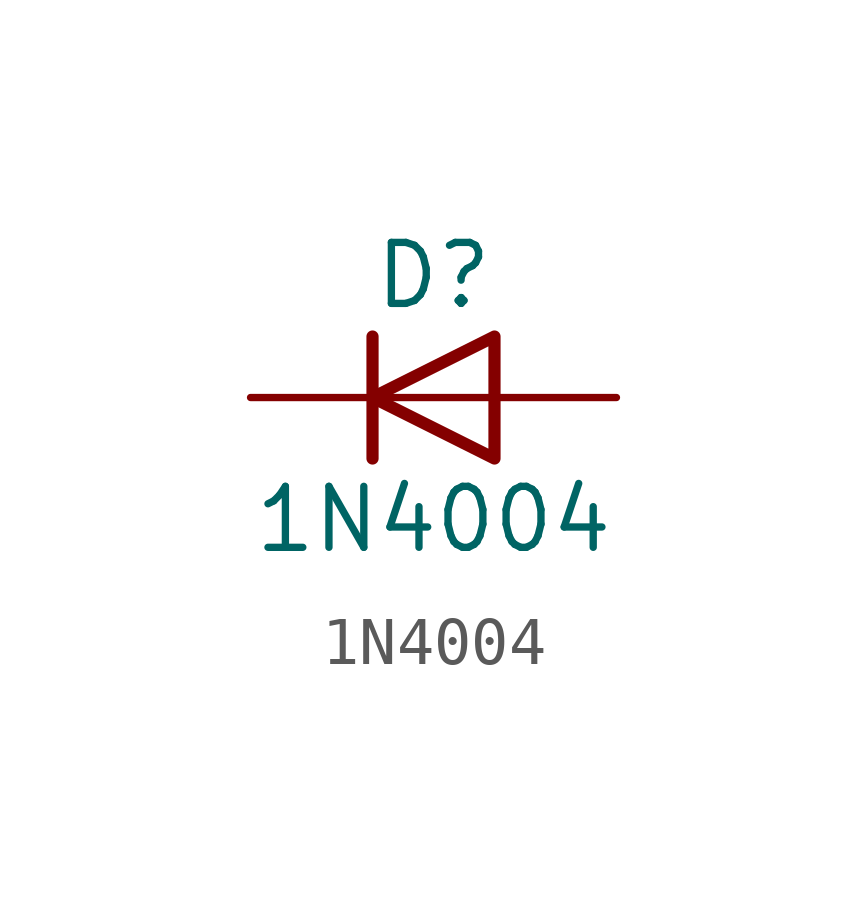
<source format=kicad_sym>
(kicad_symbol_lib
  (version 20211014)
  (generator kicad_symbol_editor)
  (symbol "1N4004"
    (pin_numbers hide)
    (pin_names
      (offset 1.016) hide)
    (property "Reference" "D"
      (at 0 2.54 0)
      (effects (font (size 1.27 1.27))))
    (property "Value" "1N4004"
      (at 0 -2.54 0)
      (effects (font (size 1.27 1.27))))
    (symbol "1N4004_0_1"
      (polyline (pts (xy -1.27 1.27) (xy -1.27 -1.27)) (stroke (width 0.254) (type default) (color 0 0 0 0)) (fill (type none)))
      (polyline (pts (xy 1.27 0) (xy -1.27 0)) (stroke (width 0) (type default) (color 0 0 0 0)) (fill (type none)))
      (polyline (pts (xy 1.27 1.27) (xy 1.27 -1.27) (xy -1.27 0) (xy 1.27 1.27)) (stroke (width 0.254) (type default) (color 0 0 0 0)) (fill (type none))))
    (symbol "1N4004_1_1"
      (pin passive line (at -3.81 0 0) (length 2.54) (name "K" (effects (font (size 1.27 1.27)))) (number "1" (effects (font (size 1.27 1.27)))))
      (pin passive line (at 3.81 0 180) (length 2.54) (name "A" (effects (font (size 1.27 1.27)))) (number "2" (effects (font (size 1.27 1.27))))))))
</source>
